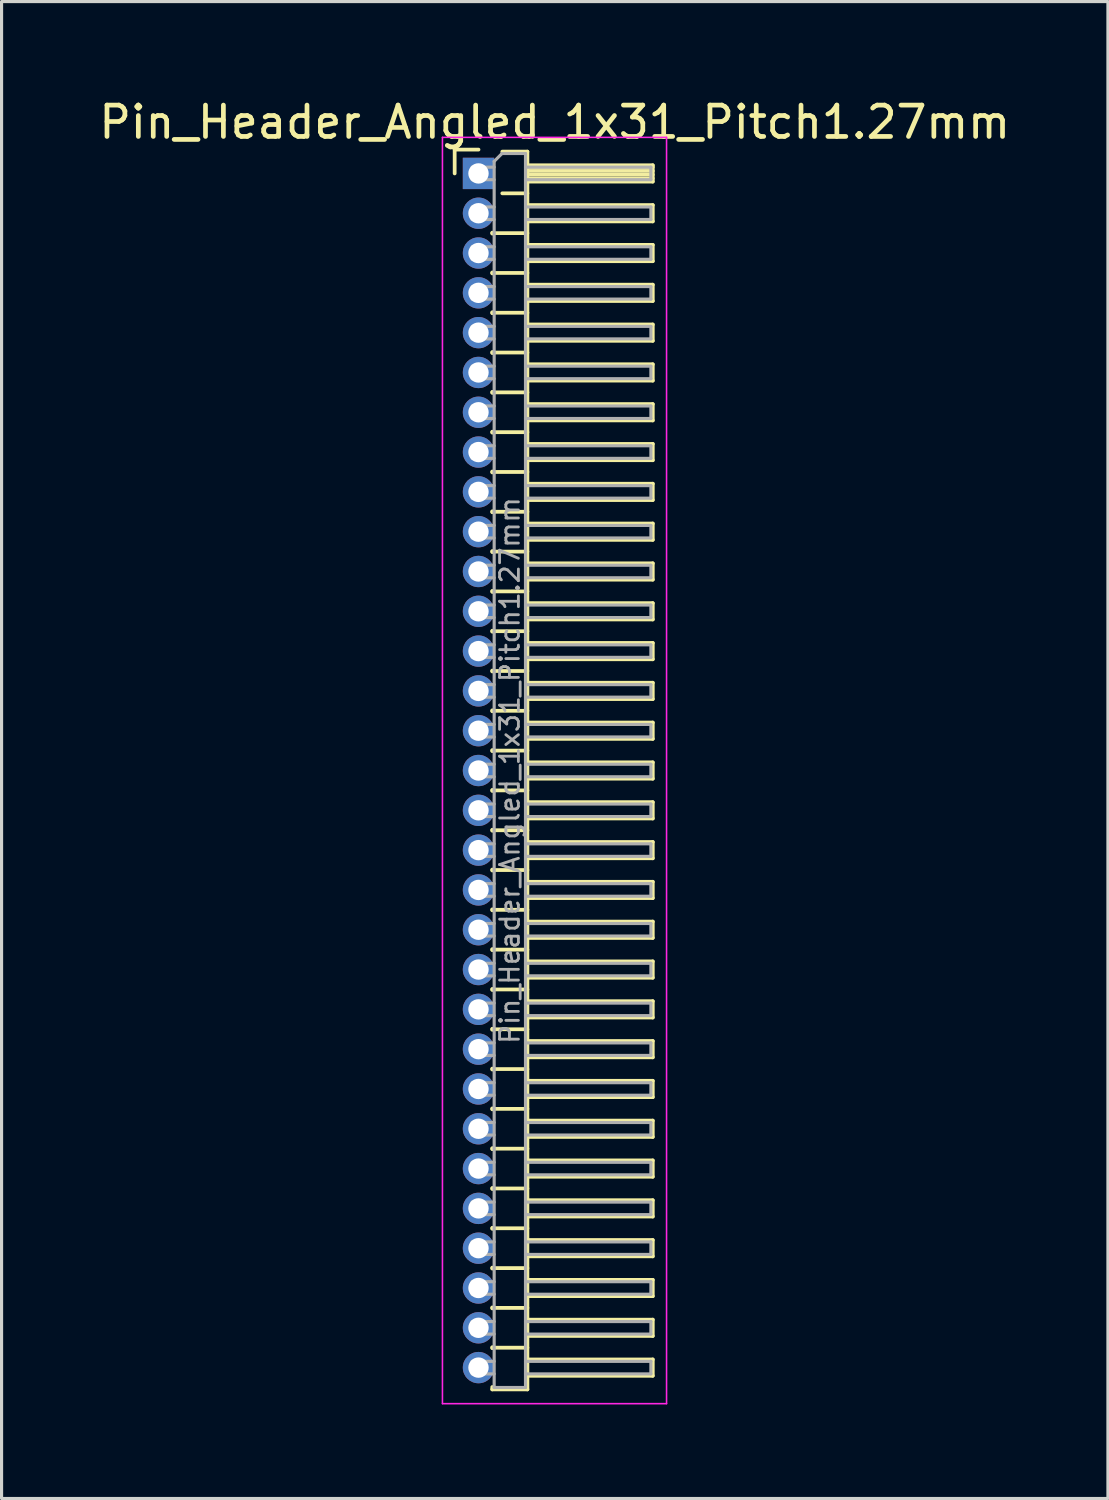
<source format=kicad_pcb>
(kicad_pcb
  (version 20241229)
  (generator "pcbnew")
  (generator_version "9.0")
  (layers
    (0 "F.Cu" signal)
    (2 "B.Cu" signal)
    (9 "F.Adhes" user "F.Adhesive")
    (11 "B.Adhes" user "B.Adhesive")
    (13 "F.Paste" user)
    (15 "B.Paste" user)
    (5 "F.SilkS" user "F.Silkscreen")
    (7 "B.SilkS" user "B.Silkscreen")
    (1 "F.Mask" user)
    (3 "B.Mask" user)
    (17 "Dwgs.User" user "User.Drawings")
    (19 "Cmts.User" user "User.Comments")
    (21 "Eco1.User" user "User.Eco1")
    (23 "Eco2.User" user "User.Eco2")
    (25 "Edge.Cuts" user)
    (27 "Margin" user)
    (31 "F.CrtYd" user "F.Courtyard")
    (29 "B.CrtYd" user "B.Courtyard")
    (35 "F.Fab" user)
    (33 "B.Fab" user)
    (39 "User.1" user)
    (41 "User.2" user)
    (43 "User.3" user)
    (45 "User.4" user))
  (footprint "Pin_Header_Angled_1x31_Pitch1.27mm"
    (layer "F.Cu")
    (at 12.216 2.483)
    (property "Reference" "Pin_Header_Angled_1x31_Pitch1.27mm" (at 2.433 -1.635 0) (layer "F.SilkS") (effects (font (size 1 1) (thickness 0.15))))
    (attr through_hole)
    (fp_line (start -0.76 -0.76) (end 0 -0.76) (stroke (width 0.12) (type solid)) (layer "F.SilkS"))
    (fp_line (start -0.76 0) (end -0.76 -0.76) (stroke (width 0.12) (type solid)) (layer "F.SilkS"))
    (fp_line (start 0.44 1.89) (end 0.44 1.92) (stroke (width 0.12) (type solid)) (layer "F.SilkS"))
    (fp_line (start 0.44 1.905) (end 1.56 1.905) (stroke (width 0.12) (type solid)) (layer "F.SilkS"))
    (fp_line (start 0.44 3.16) (end 0.44 3.19) (stroke (width 0.12) (type solid)) (layer "F.SilkS"))
    (fp_line (start 0.44 3.175) (end 1.56 3.175) (stroke (width 0.12) (type solid)) (layer "F.SilkS"))
    (fp_line (start 0.44 4.43) (end 0.44 4.46) (stroke (width 0.12) (type solid)) (layer "F.SilkS"))
    (fp_line (start 0.44 4.445) (end 1.56 4.445) (stroke (width 0.12) (type solid)) (layer "F.SilkS"))
    (fp_line (start 0.44 5.7) (end 0.44 5.73) (stroke (width 0.12) (type solid)) (layer "F.SilkS"))
    (fp_line (start 0.44 5.715) (end 1.56 5.715) (stroke (width 0.12) (type solid)) (layer "F.SilkS"))
    (fp_line (start 0.44 6.97) (end 0.44 7) (stroke (width 0.12) (type solid)) (layer "F.SilkS"))
    (fp_line (start 0.44 6.985) (end 1.56 6.985) (stroke (width 0.12) (type solid)) (layer "F.SilkS"))
    (fp_line (start 0.44 8.24) (end 0.44 8.27) (stroke (width 0.12) (type solid)) (layer "F.SilkS"))
    (fp_line (start 0.44 8.255) (end 1.56 8.255) (stroke (width 0.12) (type solid)) (layer "F.SilkS"))
    (fp_line (start 0.44 9.51) (end 0.44 9.54) (stroke (width 0.12) (type solid)) (layer "F.SilkS"))
    (fp_line (start 0.44 9.525) (end 1.56 9.525) (stroke (width 0.12) (type solid)) (layer "F.SilkS"))
    (fp_line (start 0.44 10.78) (end 0.44 10.81) (stroke (width 0.12) (type solid)) (layer "F.SilkS"))
    (fp_line (start 0.44 10.795) (end 1.56 10.795) (stroke (width 0.12) (type solid)) (layer "F.SilkS"))
    (fp_line (start 0.44 12.05) (end 0.44 12.08) (stroke (width 0.12) (type solid)) (layer "F.SilkS"))
    (fp_line (start 0.44 12.065) (end 1.56 12.065) (stroke (width 0.12) (type solid)) (layer "F.SilkS"))
    (fp_line (start 0.44 13.32) (end 0.44 13.35) (stroke (width 0.12) (type solid)) (layer "F.SilkS"))
    (fp_line (start 0.44 13.335) (end 1.56 13.335) (stroke (width 0.12) (type solid)) (layer "F.SilkS"))
    (fp_line (start 0.44 14.59) (end 0.44 14.62) (stroke (width 0.12) (type solid)) (layer "F.SilkS"))
    (fp_line (start 0.44 14.605) (end 1.56 14.605) (stroke (width 0.12) (type solid)) (layer "F.SilkS"))
    (fp_line (start 0.44 15.86) (end 0.44 15.89) (stroke (width 0.12) (type solid)) (layer "F.SilkS"))
    (fp_line (start 0.44 15.875) (end 1.56 15.875) (stroke (width 0.12) (type solid)) (layer "F.SilkS"))
    (fp_line (start 0.44 17.13) (end 0.44 17.16) (stroke (width 0.12) (type solid)) (layer "F.SilkS"))
    (fp_line (start 0.44 17.145) (end 1.56 17.145) (stroke (width 0.12) (type solid)) (layer "F.SilkS"))
    (fp_line (start 0.44 18.4) (end 0.44 18.43) (stroke (width 0.12) (type solid)) (layer "F.SilkS"))
    (fp_line (start 0.44 18.415) (end 1.56 18.415) (stroke (width 0.12) (type solid)) (layer "F.SilkS"))
    (fp_line (start 0.44 19.67) (end 0.44 19.7) (stroke (width 0.12) (type solid)) (layer "F.SilkS"))
    (fp_line (start 0.44 19.685) (end 1.56 19.685) (stroke (width 0.12) (type solid)) (layer "F.SilkS"))
    (fp_line (start 0.44 20.94) (end 0.44 20.97) (stroke (width 0.12) (type solid)) (layer "F.SilkS"))
    (fp_line (start 0.44 20.955) (end 1.56 20.955) (stroke (width 0.12) (type solid)) (layer "F.SilkS"))
    (fp_line (start 0.44 22.21) (end 0.44 22.24) (stroke (width 0.12) (type solid)) (layer "F.SilkS"))
    (fp_line (start 0.44 22.225) (end 1.56 22.225) (stroke (width 0.12) (type solid)) (layer "F.SilkS"))
    (fp_line (start 0.44 23.48) (end 0.44 23.51) (stroke (width 0.12) (type solid)) (layer "F.SilkS"))
    (fp_line (start 0.44 23.495) (end 1.56 23.495) (stroke (width 0.12) (type solid)) (layer "F.SilkS"))
    (fp_line (start 0.44 24.75) (end 0.44 24.78) (stroke (width 0.12) (type solid)) (layer "F.SilkS"))
    (fp_line (start 0.44 24.765) (end 1.56 24.765) (stroke (width 0.12) (type solid)) (layer "F.SilkS"))
    (fp_line (start 0.44 26.02) (end 0.44 26.05) (stroke (width 0.12) (type solid)) (layer "F.SilkS"))
    (fp_line (start 0.44 26.035) (end 1.56 26.035) (stroke (width 0.12) (type solid)) (layer "F.SilkS"))
    (fp_line (start 0.44 27.29) (end 0.44 27.32) (stroke (width 0.12) (type solid)) (layer "F.SilkS"))
    (fp_line (start 0.44 27.305) (end 1.56 27.305) (stroke (width 0.12) (type solid)) (layer "F.SilkS"))
    (fp_line (start 0.44 28.56) (end 0.44 28.59) (stroke (width 0.12) (type solid)) (layer "F.SilkS"))
    (fp_line (start 0.44 28.575) (end 1.56 28.575) (stroke (width 0.12) (type solid)) (layer "F.SilkS"))
    (fp_line (start 0.44 29.83) (end 0.44 29.86) (stroke (width 0.12) (type solid)) (layer "F.SilkS"))
    (fp_line (start 0.44 29.845) (end 1.56 29.845) (stroke (width 0.12) (type solid)) (layer "F.SilkS"))
    (fp_line (start 0.44 31.1) (end 0.44 31.13) (stroke (width 0.12) (type solid)) (layer "F.SilkS"))
    (fp_line (start 0.44 31.115) (end 1.56 31.115) (stroke (width 0.12) (type solid)) (layer "F.SilkS"))
    (fp_line (start 0.44 32.37) (end 0.44 32.4) (stroke (width 0.12) (type solid)) (layer "F.SilkS"))
    (fp_line (start 0.44 32.385) (end 1.56 32.385) (stroke (width 0.12) (type solid)) (layer "F.SilkS"))
    (fp_line (start 0.44 33.64) (end 0.44 33.67) (stroke (width 0.12) (type solid)) (layer "F.SilkS"))
    (fp_line (start 0.44 33.655) (end 1.56 33.655) (stroke (width 0.12) (type solid)) (layer "F.SilkS"))
    (fp_line (start 0.44 34.91) (end 0.44 34.94) (stroke (width 0.12) (type solid)) (layer "F.SilkS"))
    (fp_line (start 0.44 34.925) (end 1.56 34.925) (stroke (width 0.12) (type solid)) (layer "F.SilkS"))
    (fp_line (start 0.44 36.18) (end 0.44 36.21) (stroke (width 0.12) (type solid)) (layer "F.SilkS"))
    (fp_line (start 0.44 36.195) (end 1.56 36.195) (stroke (width 0.12) (type solid)) (layer "F.SilkS"))
    (fp_line (start 0.44 37.45) (end 0.44 37.48) (stroke (width 0.12) (type solid)) (layer "F.SilkS"))
    (fp_line (start 0.44 37.465) (end 1.56 37.465) (stroke (width 0.12) (type solid)) (layer "F.SilkS"))
    (fp_line (start 0.44 38.795) (end 0.44 38.72) (stroke (width 0.12) (type solid)) (layer "F.SilkS"))
    (fp_line (start 0.76 -0.695) (end 1.56 -0.695) (stroke (width 0.12) (type solid)) (layer "F.SilkS"))
    (fp_line (start 0.76 0.635) (end 1.56 0.635) (stroke (width 0.12) (type solid)) (layer "F.SilkS"))
    (fp_line (start 1.56 -0.695) (end 1.56 38.795) (stroke (width 0.12) (type solid)) (layer "F.SilkS"))
    (fp_line (start 1.56 -0.26) (end 5.56 -0.26) (stroke (width 0.12) (type solid)) (layer "F.SilkS"))
    (fp_line (start 1.56 -0.2) (end 5.56 -0.2) (stroke (width 0.12) (type solid)) (layer "F.SilkS"))
    (fp_line (start 1.56 -0.08) (end 5.56 -0.08) (stroke (width 0.12) (type solid)) (layer "F.SilkS"))
    (fp_line (start 1.56 0.04) (end 5.56 0.04) (stroke (width 0.12) (type solid)) (layer "F.SilkS"))
    (fp_line (start 1.56 0.16) (end 5.56 0.16) (stroke (width 0.12) (type solid)) (layer "F.SilkS"))
    (fp_line (start 1.56 1.01) (end 5.56 1.01) (stroke (width 0.12) (type solid)) (layer "F.SilkS"))
    (fp_line (start 1.56 2.28) (end 5.56 2.28) (stroke (width 0.12) (type solid)) (layer "F.SilkS"))
    (fp_line (start 1.56 3.55) (end 5.56 3.55) (stroke (width 0.12) (type solid)) (layer "F.SilkS"))
    (fp_line (start 1.56 4.82) (end 5.56 4.82) (stroke (width 0.12) (type solid)) (layer "F.SilkS"))
    (fp_line (start 1.56 6.09) (end 5.56 6.09) (stroke (width 0.12) (type solid)) (layer "F.SilkS"))
    (fp_line (start 1.56 7.36) (end 5.56 7.36) (stroke (width 0.12) (type solid)) (layer "F.SilkS"))
    (fp_line (start 1.56 8.63) (end 5.56 8.63) (stroke (width 0.12) (type solid)) (layer "F.SilkS"))
    (fp_line (start 1.56 9.9) (end 5.56 9.9) (stroke (width 0.12) (type solid)) (layer "F.SilkS"))
    (fp_line (start 1.56 11.17) (end 5.56 11.17) (stroke (width 0.12) (type solid)) (layer "F.SilkS"))
    (fp_line (start 1.56 12.44) (end 5.56 12.44) (stroke (width 0.12) (type solid)) (layer "F.SilkS"))
    (fp_line (start 1.56 13.71) (end 5.56 13.71) (stroke (width 0.12) (type solid)) (layer "F.SilkS"))
    (fp_line (start 1.56 14.98) (end 5.56 14.98) (stroke (width 0.12) (type solid)) (layer "F.SilkS"))
    (fp_line (start 1.56 16.25) (end 5.56 16.25) (stroke (width 0.12) (type solid)) (layer "F.SilkS"))
    (fp_line (start 1.56 17.52) (end 5.56 17.52) (stroke (width 0.12) (type solid)) (layer "F.SilkS"))
    (fp_line (start 1.56 18.79) (end 5.56 18.79) (stroke (width 0.12) (type solid)) (layer "F.SilkS"))
    (fp_line (start 1.56 20.06) (end 5.56 20.06) (stroke (width 0.12) (type solid)) (layer "F.SilkS"))
    (fp_line (start 1.56 21.33) (end 5.56 21.33) (stroke (width 0.12) (type solid)) (layer "F.SilkS"))
    (fp_line (start 1.56 22.6) (end 5.56 22.6) (stroke (width 0.12) (type solid)) (layer "F.SilkS"))
    (fp_line (start 1.56 23.87) (end 5.56 23.87) (stroke (width 0.12) (type solid)) (layer "F.SilkS"))
    (fp_line (start 1.56 25.14) (end 5.56 25.14) (stroke (width 0.12) (type solid)) (layer "F.SilkS"))
    (fp_line (start 1.56 26.41) (end 5.56 26.41) (stroke (width 0.12) (type solid)) (layer "F.SilkS"))
    (fp_line (start 1.56 27.68) (end 5.56 27.68) (stroke (width 0.12) (type solid)) (layer "F.SilkS"))
    (fp_line (start 1.56 28.95) (end 5.56 28.95) (stroke (width 0.12) (type solid)) (layer "F.SilkS"))
    (fp_line (start 1.56 30.22) (end 5.56 30.22) (stroke (width 0.12) (type solid)) (layer "F.SilkS"))
    (fp_line (start 1.56 31.49) (end 5.56 31.49) (stroke (width 0.12) (type solid)) (layer "F.SilkS"))
    (fp_line (start 1.56 32.76) (end 5.56 32.76) (stroke (width 0.12) (type solid)) (layer "F.SilkS"))
    (fp_line (start 1.56 34.03) (end 5.56 34.03) (stroke (width 0.12) (type solid)) (layer "F.SilkS"))
    (fp_line (start 1.56 35.3) (end 5.56 35.3) (stroke (width 0.12) (type solid)) (layer "F.SilkS"))
    (fp_line (start 1.56 36.57) (end 5.56 36.57) (stroke (width 0.12) (type solid)) (layer "F.SilkS"))
    (fp_line (start 1.56 37.84) (end 5.56 37.84) (stroke (width 0.12) (type solid)) (layer "F.SilkS"))
    (fp_line (start 1.56 38.795) (end 0.44 38.795) (stroke (width 0.12) (type solid)) (layer "F.SilkS"))
    (fp_line (start 5.56 -0.26) (end 5.56 0.26) (stroke (width 0.12) (type solid)) (layer "F.SilkS"))
    (fp_line (start 5.56 0.26) (end 1.56 0.26) (stroke (width 0.12) (type solid)) (layer "F.SilkS"))
    (fp_line (start 5.56 1.01) (end 5.56 1.53) (stroke (width 0.12) (type solid)) (layer "F.SilkS"))
    (fp_line (start 5.56 1.53) (end 1.56 1.53) (stroke (width 0.12) (type solid)) (layer "F.SilkS"))
    (fp_line (start 5.56 2.28) (end 5.56 2.8) (stroke (width 0.12) (type solid)) (layer "F.SilkS"))
    (fp_line (start 5.56 2.8) (end 1.56 2.8) (stroke (width 0.12) (type solid)) (layer "F.SilkS"))
    (fp_line (start 5.56 3.55) (end 5.56 4.07) (stroke (width 0.12) (type solid)) (layer "F.SilkS"))
    (fp_line (start 5.56 4.07) (end 1.56 4.07) (stroke (width 0.12) (type solid)) (layer "F.SilkS"))
    (fp_line (start 5.56 4.82) (end 5.56 5.34) (stroke (width 0.12) (type solid)) (layer "F.SilkS"))
    (fp_line (start 5.56 5.34) (end 1.56 5.34) (stroke (width 0.12) (type solid)) (layer "F.SilkS"))
    (fp_line (start 5.56 6.09) (end 5.56 6.61) (stroke (width 0.12) (type solid)) (layer "F.SilkS"))
    (fp_line (start 5.56 6.61) (end 1.56 6.61) (stroke (width 0.12) (type solid)) (layer "F.SilkS"))
    (fp_line (start 5.56 7.36) (end 5.56 7.88) (stroke (width 0.12) (type solid)) (layer "F.SilkS"))
    (fp_line (start 5.56 7.88) (end 1.56 7.88) (stroke (width 0.12) (type solid)) (layer "F.SilkS"))
    (fp_line (start 5.56 8.63) (end 5.56 9.15) (stroke (width 0.12) (type solid)) (layer "F.SilkS"))
    (fp_line (start 5.56 9.15) (end 1.56 9.15) (stroke (width 0.12) (type solid)) (layer "F.SilkS"))
    (fp_line (start 5.56 9.9) (end 5.56 10.42) (stroke (width 0.12) (type solid)) (layer "F.SilkS"))
    (fp_line (start 5.56 10.42) (end 1.56 10.42) (stroke (width 0.12) (type solid)) (layer "F.SilkS"))
    (fp_line (start 5.56 11.17) (end 5.56 11.69) (stroke (width 0.12) (type solid)) (layer "F.SilkS"))
    (fp_line (start 5.56 11.69) (end 1.56 11.69) (stroke (width 0.12) (type solid)) (layer "F.SilkS"))
    (fp_line (start 5.56 12.44) (end 5.56 12.96) (stroke (width 0.12) (type solid)) (layer "F.SilkS"))
    (fp_line (start 5.56 12.96) (end 1.56 12.96) (stroke (width 0.12) (type solid)) (layer "F.SilkS"))
    (fp_line (start 5.56 13.71) (end 5.56 14.23) (stroke (width 0.12) (type solid)) (layer "F.SilkS"))
    (fp_line (start 5.56 14.23) (end 1.56 14.23) (stroke (width 0.12) (type solid)) (layer "F.SilkS"))
    (fp_line (start 5.56 14.98) (end 5.56 15.5) (stroke (width 0.12) (type solid)) (layer "F.SilkS"))
    (fp_line (start 5.56 15.5) (end 1.56 15.5) (stroke (width 0.12) (type solid)) (layer "F.SilkS"))
    (fp_line (start 5.56 16.25) (end 5.56 16.77) (stroke (width 0.12) (type solid)) (layer "F.SilkS"))
    (fp_line (start 5.56 16.77) (end 1.56 16.77) (stroke (width 0.12) (type solid)) (layer "F.SilkS"))
    (fp_line (start 5.56 17.52) (end 5.56 18.04) (stroke (width 0.12) (type solid)) (layer "F.SilkS"))
    (fp_line (start 5.56 18.04) (end 1.56 18.04) (stroke (width 0.12) (type solid)) (layer "F.SilkS"))
    (fp_line (start 5.56 18.79) (end 5.56 19.31) (stroke (width 0.12) (type solid)) (layer "F.SilkS"))
    (fp_line (start 5.56 19.31) (end 1.56 19.31) (stroke (width 0.12) (type solid)) (layer "F.SilkS"))
    (fp_line (start 5.56 20.06) (end 5.56 20.58) (stroke (width 0.12) (type solid)) (layer "F.SilkS"))
    (fp_line (start 5.56 20.58) (end 1.56 20.58) (stroke (width 0.12) (type solid)) (layer "F.SilkS"))
    (fp_line (start 5.56 21.33) (end 5.56 21.85) (stroke (width 0.12) (type solid)) (layer "F.SilkS"))
    (fp_line (start 5.56 21.85) (end 1.56 21.85) (stroke (width 0.12) (type solid)) (layer "F.SilkS"))
    (fp_line (start 5.56 22.6) (end 5.56 23.12) (stroke (width 0.12) (type solid)) (layer "F.SilkS"))
    (fp_line (start 5.56 23.12) (end 1.56 23.12) (stroke (width 0.12) (type solid)) (layer "F.SilkS"))
    (fp_line (start 5.56 23.87) (end 5.56 24.39) (stroke (width 0.12) (type solid)) (layer "F.SilkS"))
    (fp_line (start 5.56 24.39) (end 1.56 24.39) (stroke (width 0.12) (type solid)) (layer "F.SilkS"))
    (fp_line (start 5.56 25.14) (end 5.56 25.66) (stroke (width 0.12) (type solid)) (layer "F.SilkS"))
    (fp_line (start 5.56 25.66) (end 1.56 25.66) (stroke (width 0.12) (type solid)) (layer "F.SilkS"))
    (fp_line (start 5.56 26.41) (end 5.56 26.93) (stroke (width 0.12) (type solid)) (layer "F.SilkS"))
    (fp_line (start 5.56 26.93) (end 1.56 26.93) (stroke (width 0.12) (type solid)) (layer "F.SilkS"))
    (fp_line (start 5.56 27.68) (end 5.56 28.2) (stroke (width 0.12) (type solid)) (layer "F.SilkS"))
    (fp_line (start 5.56 28.2) (end 1.56 28.2) (stroke (width 0.12) (type solid)) (layer "F.SilkS"))
    (fp_line (start 5.56 28.95) (end 5.56 29.47) (stroke (width 0.12) (type solid)) (layer "F.SilkS"))
    (fp_line (start 5.56 29.47) (end 1.56 29.47) (stroke (width 0.12) (type solid)) (layer "F.SilkS"))
    (fp_line (start 5.56 30.22) (end 5.56 30.74) (stroke (width 0.12) (type solid)) (layer "F.SilkS"))
    (fp_line (start 5.56 30.74) (end 1.56 30.74) (stroke (width 0.12) (type solid)) (layer "F.SilkS"))
    (fp_line (start 5.56 31.49) (end 5.56 32.01) (stroke (width 0.12) (type solid)) (layer "F.SilkS"))
    (fp_line (start 5.56 32.01) (end 1.56 32.01) (stroke (width 0.12) (type solid)) (layer "F.SilkS"))
    (fp_line (start 5.56 32.76) (end 5.56 33.28) (stroke (width 0.12) (type solid)) (layer "F.SilkS"))
    (fp_line (start 5.56 33.28) (end 1.56 33.28) (stroke (width 0.12) (type solid)) (layer "F.SilkS"))
    (fp_line (start 5.56 34.03) (end 5.56 34.55) (stroke (width 0.12) (type solid)) (layer "F.SilkS"))
    (fp_line (start 5.56 34.55) (end 1.56 34.55) (stroke (width 0.12) (type solid)) (layer "F.SilkS"))
    (fp_line (start 5.56 35.3) (end 5.56 35.82) (stroke (width 0.12) (type solid)) (layer "F.SilkS"))
    (fp_line (start 5.56 35.82) (end 1.56 35.82) (stroke (width 0.12) (type solid)) (layer "F.SilkS"))
    (fp_line (start 5.56 36.57) (end 5.56 37.09) (stroke (width 0.12) (type solid)) (layer "F.SilkS"))
    (fp_line (start 5.56 37.09) (end 1.56 37.09) (stroke (width 0.12) (type solid)) (layer "F.SilkS"))
    (fp_line (start 5.56 37.84) (end 5.56 38.36) (stroke (width 0.12) (type solid)) (layer "F.SilkS"))
    (fp_line (start 5.56 38.36) (end 1.56 38.36) (stroke (width 0.12) (type solid)) (layer "F.SilkS"))
    (fp_line (start -1.15 -1.15) (end -1.15 39.25) (stroke (width 0.05) (type solid)) (layer "F.CrtYd"))
    (fp_line (start -1.15 39.25) (end 6 39.25) (stroke (width 0.05) (type solid)) (layer "F.CrtYd"))
    (fp_line (start 6 -1.15) (end -1.15 -1.15) (stroke (width 0.05) (type solid)) (layer "F.CrtYd"))
    (fp_line (start 6 39.25) (end 6 -1.15) (stroke (width 0.05) (type solid)) (layer "F.CrtYd"))
    (fp_line (start -0.2 -0.2) (end -0.2 0.2) (stroke (width 0.1) (type solid)) (layer "F.Fab"))
    (fp_line (start -0.2 -0.2) (end 0.5 -0.2) (stroke (width 0.1) (type solid)) (layer "F.Fab"))
    (fp_line (start -0.2 0.2) (end 0.5 0.2) (stroke (width 0.1) (type solid)) (layer "F.Fab"))
    (fp_line (start -0.2 1.07) (end -0.2 1.47) (stroke (width 0.1) (type solid)) (layer "F.Fab"))
    (fp_line (start -0.2 1.07) (end 0.5 1.07) (stroke (width 0.1) (type solid)) (layer "F.Fab"))
    (fp_line (start -0.2 1.47) (end 0.5 1.47) (stroke (width 0.1) (type solid)) (layer "F.Fab"))
    (fp_line (start -0.2 2.34) (end -0.2 2.74) (stroke (width 0.1) (type solid)) (layer "F.Fab"))
    (fp_line (start -0.2 2.34) (end 0.5 2.34) (stroke (width 0.1) (type solid)) (layer "F.Fab"))
    (fp_line (start -0.2 2.74) (end 0.5 2.74) (stroke (width 0.1) (type solid)) (layer "F.Fab"))
    (fp_line (start -0.2 3.61) (end -0.2 4.01) (stroke (width 0.1) (type solid)) (layer "F.Fab"))
    (fp_line (start -0.2 3.61) (end 0.5 3.61) (stroke (width 0.1) (type solid)) (layer "F.Fab"))
    (fp_line (start -0.2 4.01) (end 0.5 4.01) (stroke (width 0.1) (type solid)) (layer "F.Fab"))
    (fp_line (start -0.2 4.88) (end -0.2 5.28) (stroke (width 0.1) (type solid)) (layer "F.Fab"))
    (fp_line (start -0.2 4.88) (end 0.5 4.88) (stroke (width 0.1) (type solid)) (layer "F.Fab"))
    (fp_line (start -0.2 5.28) (end 0.5 5.28) (stroke (width 0.1) (type solid)) (layer "F.Fab"))
    (fp_line (start -0.2 6.15) (end -0.2 6.55) (stroke (width 0.1) (type solid)) (layer "F.Fab"))
    (fp_line (start -0.2 6.15) (end 0.5 6.15) (stroke (width 0.1) (type solid)) (layer "F.Fab"))
    (fp_line (start -0.2 6.55) (end 0.5 6.55) (stroke (width 0.1) (type solid)) (layer "F.Fab"))
    (fp_line (start -0.2 7.42) (end -0.2 7.82) (stroke (width 0.1) (type solid)) (layer "F.Fab"))
    (fp_line (start -0.2 7.42) (end 0.5 7.42) (stroke (width 0.1) (type solid)) (layer "F.Fab"))
    (fp_line (start -0.2 7.82) (end 0.5 7.82) (stroke (width 0.1) (type solid)) (layer "F.Fab"))
    (fp_line (start -0.2 8.69) (end -0.2 9.09) (stroke (width 0.1) (type solid)) (layer "F.Fab"))
    (fp_line (start -0.2 8.69) (end 0.5 8.69) (stroke (width 0.1) (type solid)) (layer "F.Fab"))
    (fp_line (start -0.2 9.09) (end 0.5 9.09) (stroke (width 0.1) (type solid)) (layer "F.Fab"))
    (fp_line (start -0.2 9.96) (end -0.2 10.36) (stroke (width 0.1) (type solid)) (layer "F.Fab"))
    (fp_line (start -0.2 9.96) (end 0.5 9.96) (stroke (width 0.1) (type solid)) (layer "F.Fab"))
    (fp_line (start -0.2 10.36) (end 0.5 10.36) (stroke (width 0.1) (type solid)) (layer "F.Fab"))
    (fp_line (start -0.2 11.23) (end -0.2 11.63) (stroke (width 0.1) (type solid)) (layer "F.Fab"))
    (fp_line (start -0.2 11.23) (end 0.5 11.23) (stroke (width 0.1) (type solid)) (layer "F.Fab"))
    (fp_line (start -0.2 11.63) (end 0.5 11.63) (stroke (width 0.1) (type solid)) (layer "F.Fab"))
    (fp_line (start -0.2 12.5) (end -0.2 12.9) (stroke (width 0.1) (type solid)) (layer "F.Fab"))
    (fp_line (start -0.2 12.5) (end 0.5 12.5) (stroke (width 0.1) (type solid)) (layer "F.Fab"))
    (fp_line (start -0.2 12.9) (end 0.5 12.9) (stroke (width 0.1) (type solid)) (layer "F.Fab"))
    (fp_line (start -0.2 13.77) (end -0.2 14.17) (stroke (width 0.1) (type solid)) (layer "F.Fab"))
    (fp_line (start -0.2 13.77) (end 0.5 13.77) (stroke (width 0.1) (type solid)) (layer "F.Fab"))
    (fp_line (start -0.2 14.17) (end 0.5 14.17) (stroke (width 0.1) (type solid)) (layer "F.Fab"))
    (fp_line (start -0.2 15.04) (end -0.2 15.44) (stroke (width 0.1) (type solid)) (layer "F.Fab"))
    (fp_line (start -0.2 15.04) (end 0.5 15.04) (stroke (width 0.1) (type solid)) (layer "F.Fab"))
    (fp_line (start -0.2 15.44) (end 0.5 15.44) (stroke (width 0.1) (type solid)) (layer "F.Fab"))
    (fp_line (start -0.2 16.31) (end -0.2 16.71) (stroke (width 0.1) (type solid)) (layer "F.Fab"))
    (fp_line (start -0.2 16.31) (end 0.5 16.31) (stroke (width 0.1) (type solid)) (layer "F.Fab"))
    (fp_line (start -0.2 16.71) (end 0.5 16.71) (stroke (width 0.1) (type solid)) (layer "F.Fab"))
    (fp_line (start -0.2 17.58) (end -0.2 17.98) (stroke (width 0.1) (type solid)) (layer "F.Fab"))
    (fp_line (start -0.2 17.58) (end 0.5 17.58) (stroke (width 0.1) (type solid)) (layer "F.Fab"))
    (fp_line (start -0.2 17.98) (end 0.5 17.98) (stroke (width 0.1) (type solid)) (layer "F.Fab"))
    (fp_line (start -0.2 18.85) (end -0.2 19.25) (stroke (width 0.1) (type solid)) (layer "F.Fab"))
    (fp_line (start -0.2 18.85) (end 0.5 18.85) (stroke (width 0.1) (type solid)) (layer "F.Fab"))
    (fp_line (start -0.2 19.25) (end 0.5 19.25) (stroke (width 0.1) (type solid)) (layer "F.Fab"))
    (fp_line (start -0.2 20.12) (end -0.2 20.52) (stroke (width 0.1) (type solid)) (layer "F.Fab"))
    (fp_line (start -0.2 20.12) (end 0.5 20.12) (stroke (width 0.1) (type solid)) (layer "F.Fab"))
    (fp_line (start -0.2 20.52) (end 0.5 20.52) (stroke (width 0.1) (type solid)) (layer "F.Fab"))
    (fp_line (start -0.2 21.39) (end -0.2 21.79) (stroke (width 0.1) (type solid)) (layer "F.Fab"))
    (fp_line (start -0.2 21.39) (end 0.5 21.39) (stroke (width 0.1) (type solid)) (layer "F.Fab"))
    (fp_line (start -0.2 21.79) (end 0.5 21.79) (stroke (width 0.1) (type solid)) (layer "F.Fab"))
    (fp_line (start -0.2 22.66) (end -0.2 23.06) (stroke (width 0.1) (type solid)) (layer "F.Fab"))
    (fp_line (start -0.2 22.66) (end 0.5 22.66) (stroke (width 0.1) (type solid)) (layer "F.Fab"))
    (fp_line (start -0.2 23.06) (end 0.5 23.06) (stroke (width 0.1) (type solid)) (layer "F.Fab"))
    (fp_line (start -0.2 23.93) (end -0.2 24.33) (stroke (width 0.1) (type solid)) (layer "F.Fab"))
    (fp_line (start -0.2 23.93) (end 0.5 23.93) (stroke (width 0.1) (type solid)) (layer "F.Fab"))
    (fp_line (start -0.2 24.33) (end 0.5 24.33) (stroke (width 0.1) (type solid)) (layer "F.Fab"))
    (fp_line (start -0.2 25.2) (end -0.2 25.6) (stroke (width 0.1) (type solid)) (layer "F.Fab"))
    (fp_line (start -0.2 25.2) (end 0.5 25.2) (stroke (width 0.1) (type solid)) (layer "F.Fab"))
    (fp_line (start -0.2 25.6) (end 0.5 25.6) (stroke (width 0.1) (type solid)) (layer "F.Fab"))
    (fp_line (start -0.2 26.47) (end -0.2 26.87) (stroke (width 0.1) (type solid)) (layer "F.Fab"))
    (fp_line (start -0.2 26.47) (end 0.5 26.47) (stroke (width 0.1) (type solid)) (layer "F.Fab"))
    (fp_line (start -0.2 26.87) (end 0.5 26.87) (stroke (width 0.1) (type solid)) (layer "F.Fab"))
    (fp_line (start -0.2 27.74) (end -0.2 28.14) (stroke (width 0.1) (type solid)) (layer "F.Fab"))
    (fp_line (start -0.2 27.74) (end 0.5 27.74) (stroke (width 0.1) (type solid)) (layer "F.Fab"))
    (fp_line (start -0.2 28.14) (end 0.5 28.14) (stroke (width 0.1) (type solid)) (layer "F.Fab"))
    (fp_line (start -0.2 29.01) (end -0.2 29.41) (stroke (width 0.1) (type solid)) (layer "F.Fab"))
    (fp_line (start -0.2 29.01) (end 0.5 29.01) (stroke (width 0.1) (type solid)) (layer "F.Fab"))
    (fp_line (start -0.2 29.41) (end 0.5 29.41) (stroke (width 0.1) (type solid)) (layer "F.Fab"))
    (fp_line (start -0.2 30.28) (end -0.2 30.68) (stroke (width 0.1) (type solid)) (layer "F.Fab"))
    (fp_line (start -0.2 30.28) (end 0.5 30.28) (stroke (width 0.1) (type solid)) (layer "F.Fab"))
    (fp_line (start -0.2 30.68) (end 0.5 30.68) (stroke (width 0.1) (type solid)) (layer "F.Fab"))
    (fp_line (start -0.2 31.55) (end -0.2 31.95) (stroke (width 0.1) (type solid)) (layer "F.Fab"))
    (fp_line (start -0.2 31.55) (end 0.5 31.55) (stroke (width 0.1) (type solid)) (layer "F.Fab"))
    (fp_line (start -0.2 31.95) (end 0.5 31.95) (stroke (width 0.1) (type solid)) (layer "F.Fab"))
    (fp_line (start -0.2 32.82) (end -0.2 33.22) (stroke (width 0.1) (type solid)) (layer "F.Fab"))
    (fp_line (start -0.2 32.82) (end 0.5 32.82) (stroke (width 0.1) (type solid)) (layer "F.Fab"))
    (fp_line (start -0.2 33.22) (end 0.5 33.22) (stroke (width 0.1) (type solid)) (layer "F.Fab"))
    (fp_line (start -0.2 34.09) (end -0.2 34.49) (stroke (width 0.1) (type solid)) (layer "F.Fab"))
    (fp_line (start -0.2 34.09) (end 0.5 34.09) (stroke (width 0.1) (type solid)) (layer "F.Fab"))
    (fp_line (start -0.2 34.49) (end 0.5 34.49) (stroke (width 0.1) (type solid)) (layer "F.Fab"))
    (fp_line (start -0.2 35.36) (end -0.2 35.76) (stroke (width 0.1) (type solid)) (layer "F.Fab"))
    (fp_line (start -0.2 35.36) (end 0.5 35.36) (stroke (width 0.1) (type solid)) (layer "F.Fab"))
    (fp_line (start -0.2 35.76) (end 0.5 35.76) (stroke (width 0.1) (type solid)) (layer "F.Fab"))
    (fp_line (start -0.2 36.63) (end -0.2 37.03) (stroke (width 0.1) (type solid)) (layer "F.Fab"))
    (fp_line (start -0.2 36.63) (end 0.5 36.63) (stroke (width 0.1) (type solid)) (layer "F.Fab"))
    (fp_line (start -0.2 37.03) (end 0.5 37.03) (stroke (width 0.1) (type solid)) (layer "F.Fab"))
    (fp_line (start -0.2 37.9) (end -0.2 38.3) (stroke (width 0.1) (type solid)) (layer "F.Fab"))
    (fp_line (start -0.2 37.9) (end 0.5 37.9) (stroke (width 0.1) (type solid)) (layer "F.Fab"))
    (fp_line (start -0.2 38.3) (end 0.5 38.3) (stroke (width 0.1) (type solid)) (layer "F.Fab"))
    (fp_line (start 0.5 -0.385) (end 0.75 -0.635) (stroke (width 0.1) (type solid)) (layer "F.Fab"))
    (fp_line (start 0.5 38.735) (end 0.5 -0.385) (stroke (width 0.1) (type solid)) (layer "F.Fab"))
    (fp_line (start 0.75 -0.635) (end 1.5 -0.635) (stroke (width 0.1) (type solid)) (layer "F.Fab"))
    (fp_line (start 1.5 -0.635) (end 1.5 38.735) (stroke (width 0.1) (type solid)) (layer "F.Fab"))
    (fp_line (start 1.5 -0.2) (end 5.5 -0.2) (stroke (width 0.1) (type solid)) (layer "F.Fab"))
    (fp_line (start 1.5 0.2) (end 5.5 0.2) (stroke (width 0.1) (type solid)) (layer "F.Fab"))
    (fp_line (start 1.5 1.07) (end 5.5 1.07) (stroke (width 0.1) (type solid)) (layer "F.Fab"))
    (fp_line (start 1.5 1.47) (end 5.5 1.47) (stroke (width 0.1) (type solid)) (layer "F.Fab"))
    (fp_line (start 1.5 2.34) (end 5.5 2.34) (stroke (width 0.1) (type solid)) (layer "F.Fab"))
    (fp_line (start 1.5 2.74) (end 5.5 2.74) (stroke (width 0.1) (type solid)) (layer "F.Fab"))
    (fp_line (start 1.5 3.61) (end 5.5 3.61) (stroke (width 0.1) (type solid)) (layer "F.Fab"))
    (fp_line (start 1.5 4.01) (end 5.5 4.01) (stroke (width 0.1) (type solid)) (layer "F.Fab"))
    (fp_line (start 1.5 4.88) (end 5.5 4.88) (stroke (width 0.1) (type solid)) (layer "F.Fab"))
    (fp_line (start 1.5 5.28) (end 5.5 5.28) (stroke (width 0.1) (type solid)) (layer "F.Fab"))
    (fp_line (start 1.5 6.15) (end 5.5 6.15) (stroke (width 0.1) (type solid)) (layer "F.Fab"))
    (fp_line (start 1.5 6.55) (end 5.5 6.55) (stroke (width 0.1) (type solid)) (layer "F.Fab"))
    (fp_line (start 1.5 7.42) (end 5.5 7.42) (stroke (width 0.1) (type solid)) (layer "F.Fab"))
    (fp_line (start 1.5 7.82) (end 5.5 7.82) (stroke (width 0.1) (type solid)) (layer "F.Fab"))
    (fp_line (start 1.5 8.69) (end 5.5 8.69) (stroke (width 0.1) (type solid)) (layer "F.Fab"))
    (fp_line (start 1.5 9.09) (end 5.5 9.09) (stroke (width 0.1) (type solid)) (layer "F.Fab"))
    (fp_line (start 1.5 9.96) (end 5.5 9.96) (stroke (width 0.1) (type solid)) (layer "F.Fab"))
    (fp_line (start 1.5 10.36) (end 5.5 10.36) (stroke (width 0.1) (type solid)) (layer "F.Fab"))
    (fp_line (start 1.5 11.23) (end 5.5 11.23) (stroke (width 0.1) (type solid)) (layer "F.Fab"))
    (fp_line (start 1.5 11.63) (end 5.5 11.63) (stroke (width 0.1) (type solid)) (layer "F.Fab"))
    (fp_line (start 1.5 12.5) (end 5.5 12.5) (stroke (width 0.1) (type solid)) (layer "F.Fab"))
    (fp_line (start 1.5 12.9) (end 5.5 12.9) (stroke (width 0.1) (type solid)) (layer "F.Fab"))
    (fp_line (start 1.5 13.77) (end 5.5 13.77) (stroke (width 0.1) (type solid)) (layer "F.Fab"))
    (fp_line (start 1.5 14.17) (end 5.5 14.17) (stroke (width 0.1) (type solid)) (layer "F.Fab"))
    (fp_line (start 1.5 15.04) (end 5.5 15.04) (stroke (width 0.1) (type solid)) (layer "F.Fab"))
    (fp_line (start 1.5 15.44) (end 5.5 15.44) (stroke (width 0.1) (type solid)) (layer "F.Fab"))
    (fp_line (start 1.5 16.31) (end 5.5 16.31) (stroke (width 0.1) (type solid)) (layer "F.Fab"))
    (fp_line (start 1.5 16.71) (end 5.5 16.71) (stroke (width 0.1) (type solid)) (layer "F.Fab"))
    (fp_line (start 1.5 17.58) (end 5.5 17.58) (stroke (width 0.1) (type solid)) (layer "F.Fab"))
    (fp_line (start 1.5 17.98) (end 5.5 17.98) (stroke (width 0.1) (type solid)) (layer "F.Fab"))
    (fp_line (start 1.5 18.85) (end 5.5 18.85) (stroke (width 0.1) (type solid)) (layer "F.Fab"))
    (fp_line (start 1.5 19.25) (end 5.5 19.25) (stroke (width 0.1) (type solid)) (layer "F.Fab"))
    (fp_line (start 1.5 20.12) (end 5.5 20.12) (stroke (width 0.1) (type solid)) (layer "F.Fab"))
    (fp_line (start 1.5 20.52) (end 5.5 20.52) (stroke (width 0.1) (type solid)) (layer "F.Fab"))
    (fp_line (start 1.5 21.39) (end 5.5 21.39) (stroke (width 0.1) (type solid)) (layer "F.Fab"))
    (fp_line (start 1.5 21.79) (end 5.5 21.79) (stroke (width 0.1) (type solid)) (layer "F.Fab"))
    (fp_line (start 1.5 22.66) (end 5.5 22.66) (stroke (width 0.1) (type solid)) (layer "F.Fab"))
    (fp_line (start 1.5 23.06) (end 5.5 23.06) (stroke (width 0.1) (type solid)) (layer "F.Fab"))
    (fp_line (start 1.5 23.93) (end 5.5 23.93) (stroke (width 0.1) (type solid)) (layer "F.Fab"))
    (fp_line (start 1.5 24.33) (end 5.5 24.33) (stroke (width 0.1) (type solid)) (layer "F.Fab"))
    (fp_line (start 1.5 25.2) (end 5.5 25.2) (stroke (width 0.1) (type solid)) (layer "F.Fab"))
    (fp_line (start 1.5 25.6) (end 5.5 25.6) (stroke (width 0.1) (type solid)) (layer "F.Fab"))
    (fp_line (start 1.5 26.47) (end 5.5 26.47) (stroke (width 0.1) (type solid)) (layer "F.Fab"))
    (fp_line (start 1.5 26.87) (end 5.5 26.87) (stroke (width 0.1) (type solid)) (layer "F.Fab"))
    (fp_line (start 1.5 27.74) (end 5.5 27.74) (stroke (width 0.1) (type solid)) (layer "F.Fab"))
    (fp_line (start 1.5 28.14) (end 5.5 28.14) (stroke (width 0.1) (type solid)) (layer "F.Fab"))
    (fp_line (start 1.5 29.01) (end 5.5 29.01) (stroke (width 0.1) (type solid)) (layer "F.Fab"))
    (fp_line (start 1.5 29.41) (end 5.5 29.41) (stroke (width 0.1) (type solid)) (layer "F.Fab"))
    (fp_line (start 1.5 30.28) (end 5.5 30.28) (stroke (width 0.1) (type solid)) (layer "F.Fab"))
    (fp_line (start 1.5 30.68) (end 5.5 30.68) (stroke (width 0.1) (type solid)) (layer "F.Fab"))
    (fp_line (start 1.5 31.55) (end 5.5 31.55) (stroke (width 0.1) (type solid)) (layer "F.Fab"))
    (fp_line (start 1.5 31.95) (end 5.5 31.95) (stroke (width 0.1) (type solid)) (layer "F.Fab"))
    (fp_line (start 1.5 32.82) (end 5.5 32.82) (stroke (width 0.1) (type solid)) (layer "F.Fab"))
    (fp_line (start 1.5 33.22) (end 5.5 33.22) (stroke (width 0.1) (type solid)) (layer "F.Fab"))
    (fp_line (start 1.5 34.09) (end 5.5 34.09) (stroke (width 0.1) (type solid)) (layer "F.Fab"))
    (fp_line (start 1.5 34.49) (end 5.5 34.49) (stroke (width 0.1) (type solid)) (layer "F.Fab"))
    (fp_line (start 1.5 35.36) (end 5.5 35.36) (stroke (width 0.1) (type solid)) (layer "F.Fab"))
    (fp_line (start 1.5 35.76) (end 5.5 35.76) (stroke (width 0.1) (type solid)) (layer "F.Fab"))
    (fp_line (start 1.5 36.63) (end 5.5 36.63) (stroke (width 0.1) (type solid)) (layer "F.Fab"))
    (fp_line (start 1.5 37.03) (end 5.5 37.03) (stroke (width 0.1) (type solid)) (layer "F.Fab"))
    (fp_line (start 1.5 37.9) (end 5.5 37.9) (stroke (width 0.1) (type solid)) (layer "F.Fab"))
    (fp_line (start 1.5 38.3) (end 5.5 38.3) (stroke (width 0.1) (type solid)) (layer "F.Fab"))
    (fp_line (start 1.5 38.735) (end 0.5 38.735) (stroke (width 0.1) (type solid)) (layer "F.Fab"))
    (fp_line (start 5.5 -0.2) (end 5.5 0.2) (stroke (width 0.1) (type solid)) (layer "F.Fab"))
    (fp_line (start 5.5 1.07) (end 5.5 1.47) (stroke (width 0.1) (type solid)) (layer "F.Fab"))
    (fp_line (start 5.5 2.34) (end 5.5 2.74) (stroke (width 0.1) (type solid)) (layer "F.Fab"))
    (fp_line (start 5.5 3.61) (end 5.5 4.01) (stroke (width 0.1) (type solid)) (layer "F.Fab"))
    (fp_line (start 5.5 4.88) (end 5.5 5.28) (stroke (width 0.1) (type solid)) (layer "F.Fab"))
    (fp_line (start 5.5 6.15) (end 5.5 6.55) (stroke (width 0.1) (type solid)) (layer "F.Fab"))
    (fp_line (start 5.5 7.42) (end 5.5 7.82) (stroke (width 0.1) (type solid)) (layer "F.Fab"))
    (fp_line (start 5.5 8.69) (end 5.5 9.09) (stroke (width 0.1) (type solid)) (layer "F.Fab"))
    (fp_line (start 5.5 9.96) (end 5.5 10.36) (stroke (width 0.1) (type solid)) (layer "F.Fab"))
    (fp_line (start 5.5 11.23) (end 5.5 11.63) (stroke (width 0.1) (type solid)) (layer "F.Fab"))
    (fp_line (start 5.5 12.5) (end 5.5 12.9) (stroke (width 0.1) (type solid)) (layer "F.Fab"))
    (fp_line (start 5.5 13.77) (end 5.5 14.17) (stroke (width 0.1) (type solid)) (layer "F.Fab"))
    (fp_line (start 5.5 15.04) (end 5.5 15.44) (stroke (width 0.1) (type solid)) (layer "F.Fab"))
    (fp_line (start 5.5 16.31) (end 5.5 16.71) (stroke (width 0.1) (type solid)) (layer "F.Fab"))
    (fp_line (start 5.5 17.58) (end 5.5 17.98) (stroke (width 0.1) (type solid)) (layer "F.Fab"))
    (fp_line (start 5.5 18.85) (end 5.5 19.25) (stroke (width 0.1) (type solid)) (layer "F.Fab"))
    (fp_line (start 5.5 20.12) (end 5.5 20.52) (stroke (width 0.1) (type solid)) (layer "F.Fab"))
    (fp_line (start 5.5 21.39) (end 5.5 21.79) (stroke (width 0.1) (type solid)) (layer "F.Fab"))
    (fp_line (start 5.5 22.66) (end 5.5 23.06) (stroke (width 0.1) (type solid)) (layer "F.Fab"))
    (fp_line (start 5.5 23.93) (end 5.5 24.33) (stroke (width 0.1) (type solid)) (layer "F.Fab"))
    (fp_line (start 5.5 25.2) (end 5.5 25.6) (stroke (width 0.1) (type solid)) (layer "F.Fab"))
    (fp_line (start 5.5 26.47) (end 5.5 26.87) (stroke (width 0.1) (type solid)) (layer "F.Fab"))
    (fp_line (start 5.5 27.74) (end 5.5 28.14) (stroke (width 0.1) (type solid)) (layer "F.Fab"))
    (fp_line (start 5.5 29.01) (end 5.5 29.41) (stroke (width 0.1) (type solid)) (layer "F.Fab"))
    (fp_line (start 5.5 30.28) (end 5.5 30.68) (stroke (width 0.1) (type solid)) (layer "F.Fab"))
    (fp_line (start 5.5 31.55) (end 5.5 31.95) (stroke (width 0.1) (type solid)) (layer "F.Fab"))
    (fp_line (start 5.5 32.82) (end 5.5 33.22) (stroke (width 0.1) (type solid)) (layer "F.Fab"))
    (fp_line (start 5.5 34.09) (end 5.5 34.49) (stroke (width 0.1) (type solid)) (layer "F.Fab"))
    (fp_line (start 5.5 35.36) (end 5.5 35.76) (stroke (width 0.1) (type solid)) (layer "F.Fab"))
    (fp_line (start 5.5 36.63) (end 5.5 37.03) (stroke (width 0.1) (type solid)) (layer "F.Fab"))
    (fp_line (start 5.5 37.9) (end 5.5 38.3) (stroke (width 0.1) (type solid)) (layer "F.Fab"))
    (fp_text user "${REFERENCE}" (at 1 19.05 90) (layer "F.Fab") (effects (font (size 0.6 0.6) (thickness 0.09))))
    (pad "1" thru_hole rect (at 0 0) (size 1 1) (drill 0.65) (layers "*.Cu" "*.Mask"))
    (pad "2" thru_hole oval (at 0 1.27) (size 1 1) (drill 0.65) (layers "*.Cu" "*.Mask"))
    (pad "3" thru_hole oval (at 0 2.54) (size 1 1) (drill 0.65) (layers "*.Cu" "*.Mask"))
    (pad "4" thru_hole oval (at 0 3.81) (size 1 1) (drill 0.65) (layers "*.Cu" "*.Mask"))
    (pad "5" thru_hole oval (at 0 5.08) (size 1 1) (drill 0.65) (layers "*.Cu" "*.Mask"))
    (pad "6" thru_hole oval (at 0 6.35) (size 1 1) (drill 0.65) (layers "*.Cu" "*.Mask"))
    (pad "7" thru_hole oval (at 0 7.62) (size 1 1) (drill 0.65) (layers "*.Cu" "*.Mask"))
    (pad "8" thru_hole oval (at 0 8.89) (size 1 1) (drill 0.65) (layers "*.Cu" "*.Mask"))
    (pad "9" thru_hole oval (at 0 10.16) (size 1 1) (drill 0.65) (layers "*.Cu" "*.Mask"))
    (pad "10" thru_hole oval (at 0 11.43) (size 1 1) (drill 0.65) (layers "*.Cu" "*.Mask"))
    (pad "11" thru_hole oval (at 0 12.7) (size 1 1) (drill 0.65) (layers "*.Cu" "*.Mask"))
    (pad "12" thru_hole oval (at 0 13.97) (size 1 1) (drill 0.65) (layers "*.Cu" "*.Mask"))
    (pad "13" thru_hole oval (at 0 15.24) (size 1 1) (drill 0.65) (layers "*.Cu" "*.Mask"))
    (pad "14" thru_hole oval (at 0 16.51) (size 1 1) (drill 0.65) (layers "*.Cu" "*.Mask"))
    (pad "15" thru_hole oval (at 0 17.78) (size 1 1) (drill 0.65) (layers "*.Cu" "*.Mask"))
    (pad "16" thru_hole oval (at 0 19.05) (size 1 1) (drill 0.65) (layers "*.Cu" "*.Mask"))
    (pad "17" thru_hole oval (at 0 20.32) (size 1 1) (drill 0.65) (layers "*.Cu" "*.Mask"))
    (pad "18" thru_hole oval (at 0 21.59) (size 1 1) (drill 0.65) (layers "*.Cu" "*.Mask"))
    (pad "19" thru_hole oval (at 0 22.86) (size 1 1) (drill 0.65) (layers "*.Cu" "*.Mask"))
    (pad "20" thru_hole oval (at 0 24.13) (size 1 1) (drill 0.65) (layers "*.Cu" "*.Mask"))
    (pad "21" thru_hole oval (at 0 25.4) (size 1 1) (drill 0.65) (layers "*.Cu" "*.Mask"))
    (pad "22" thru_hole oval (at 0 26.67) (size 1 1) (drill 0.65) (layers "*.Cu" "*.Mask"))
    (pad "23" thru_hole oval (at 0 27.94) (size 1 1) (drill 0.65) (layers "*.Cu" "*.Mask"))
    (pad "24" thru_hole oval (at 0 29.21) (size 1 1) (drill 0.65) (layers "*.Cu" "*.Mask"))
    (pad "25" thru_hole oval (at 0 30.48) (size 1 1) (drill 0.65) (layers "*.Cu" "*.Mask"))
    (pad "26" thru_hole oval (at 0 31.75) (size 1 1) (drill 0.65) (layers "*.Cu" "*.Mask"))
    (pad "27" thru_hole oval (at 0 33.02) (size 1 1) (drill 0.65) (layers "*.Cu" "*.Mask"))
    (pad "28" thru_hole oval (at 0 34.29) (size 1 1) (drill 0.65) (layers "*.Cu" "*.Mask"))
    (pad "29" thru_hole oval (at 0 35.56) (size 1 1) (drill 0.65) (layers "*.Cu" "*.Mask"))
    (pad "30" thru_hole oval (at 0 36.83) (size 1 1) (drill 0.65) (layers "*.Cu" "*.Mask"))
    (pad "31" thru_hole oval (at 0 38.1) (size 1 1) (drill 0.65) (layers "*.Cu" "*.Mask")))
  (gr_rect
    (start -3 -3)
    (end 32.298 44.758)
    (stroke (width 0.1) (type default))
    (fill no)
    (layer "Edge.Cuts")))
</source>
